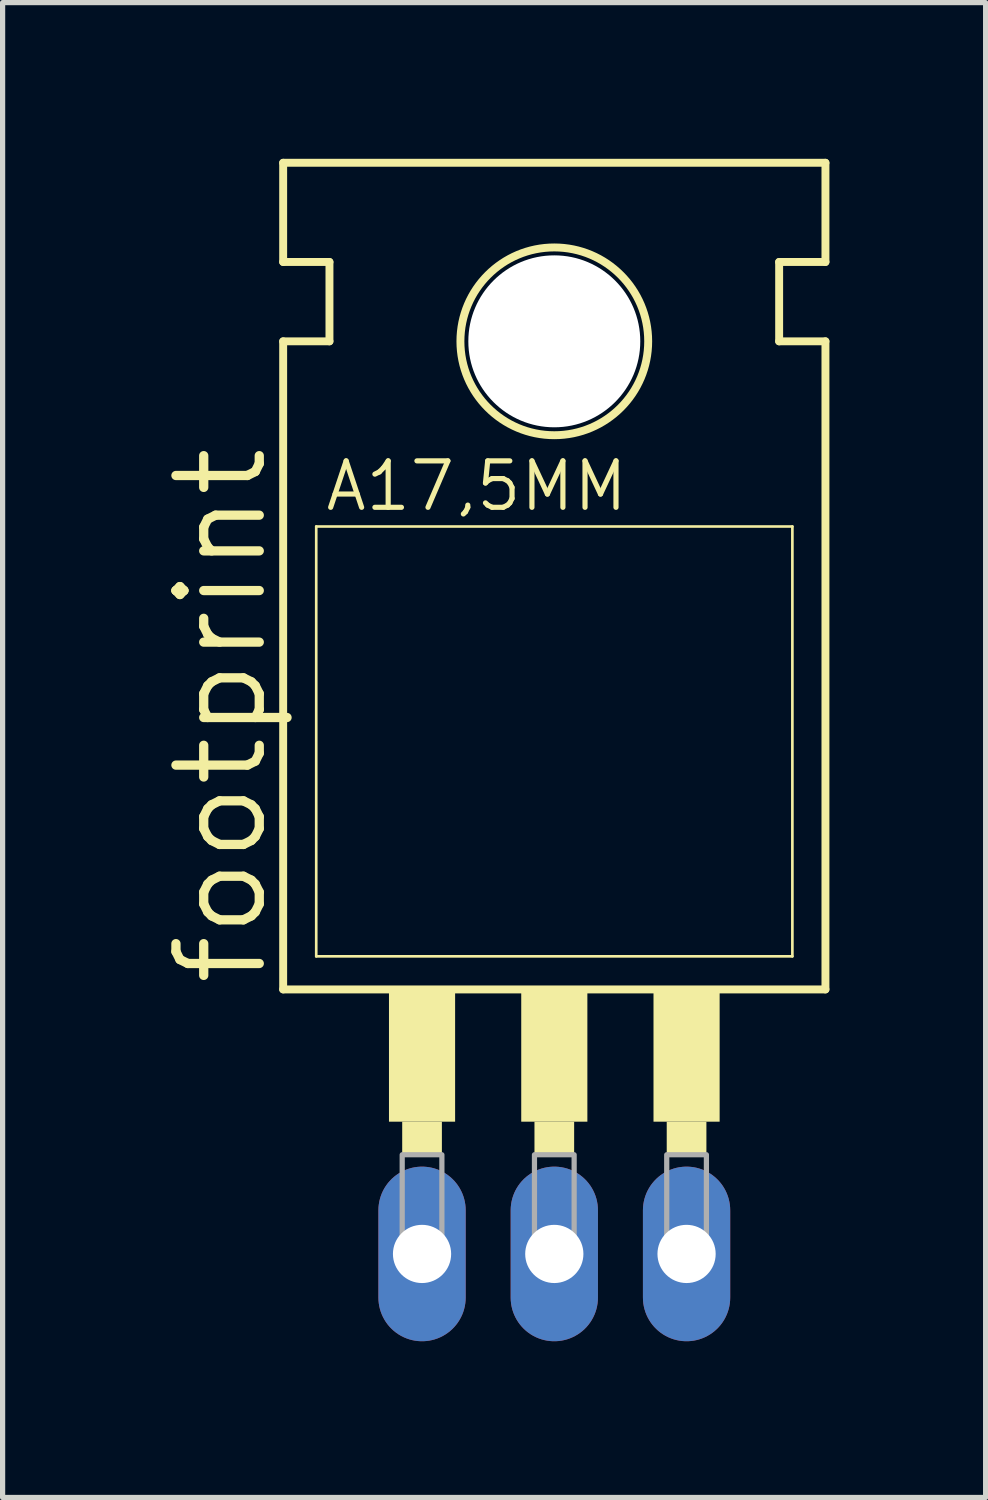
<source format=kicad_pcb>
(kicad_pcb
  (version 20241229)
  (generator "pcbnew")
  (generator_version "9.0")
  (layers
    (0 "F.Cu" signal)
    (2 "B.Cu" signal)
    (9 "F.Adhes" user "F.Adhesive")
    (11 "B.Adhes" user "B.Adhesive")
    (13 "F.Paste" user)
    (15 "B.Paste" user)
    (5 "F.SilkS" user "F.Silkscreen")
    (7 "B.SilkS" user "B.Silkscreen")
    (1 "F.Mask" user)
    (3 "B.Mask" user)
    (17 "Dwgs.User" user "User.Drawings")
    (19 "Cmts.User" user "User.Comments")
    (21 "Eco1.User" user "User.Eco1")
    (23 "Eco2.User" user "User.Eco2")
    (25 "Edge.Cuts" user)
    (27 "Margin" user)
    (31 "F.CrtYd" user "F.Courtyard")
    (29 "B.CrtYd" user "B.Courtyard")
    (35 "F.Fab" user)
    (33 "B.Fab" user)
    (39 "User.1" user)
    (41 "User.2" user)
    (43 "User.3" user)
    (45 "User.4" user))
  (footprint "footprint"
    (layer "F.Cu")
    (at 7.595 14.681)
    (property "Reference" "footprint" (at -5.461 1.27 90) (layer "F.SilkS") (effects (font (size 1.6 1.6) (thickness 0.178)) (justify left bottom)))
    (fp_line (start -5.207 -12.7) (end -5.207 -14.605) (stroke (width 0.152) (type solid)) (layer "F.SilkS"))
    (fp_line (start -5.207 -11.176) (end -4.318 -11.176) (stroke (width 0.152) (type solid)) (layer "F.SilkS"))
    (fp_line (start -5.207 1.27) (end -5.207 -11.176) (stroke (width 0.152) (type solid)) (layer "F.SilkS"))
    (fp_line (start -5.207 1.27) (end 5.207 1.27) (stroke (width 0.152) (type solid)) (layer "F.SilkS"))
    (fp_line (start -4.572 0.635) (end -4.572 -7.62) (stroke (width 0.051) (type solid)) (layer "F.SilkS"))
    (fp_line (start -4.572 0.635) (end 4.572 0.635) (stroke (width 0.051) (type solid)) (layer "F.SilkS"))
    (fp_line (start -4.318 -12.7) (end -5.207 -12.7) (stroke (width 0.152) (type solid)) (layer "F.SilkS"))
    (fp_line (start -4.318 -11.176) (end -4.318 -12.7) (stroke (width 0.152) (type solid)) (layer "F.SilkS"))
    (fp_line (start 4.318 -12.7) (end 5.207 -12.7) (stroke (width 0.152) (type solid)) (layer "F.SilkS"))
    (fp_line (start 4.318 -11.176) (end 4.318 -12.7) (stroke (width 0.152) (type solid)) (layer "F.SilkS"))
    (fp_line (start 4.572 -7.62) (end -4.572 -7.62) (stroke (width 0.051) (type solid)) (layer "F.SilkS"))
    (fp_line (start 4.572 -7.62) (end 4.572 0.635) (stroke (width 0.051) (type solid)) (layer "F.SilkS"))
    (fp_line (start 5.207 -14.605) (end -5.207 -14.605) (stroke (width 0.152) (type solid)) (layer "F.SilkS"))
    (fp_line (start 5.207 -12.7) (end 5.207 -14.605) (stroke (width 0.152) (type solid)) (layer "F.SilkS"))
    (fp_line (start 5.207 -11.176) (end 4.318 -11.176) (stroke (width 0.152) (type solid)) (layer "F.SilkS"))
    (fp_line (start 5.207 1.27) (end 5.207 -11.176) (stroke (width 0.152) (type solid)) (layer "F.SilkS"))
    (fp_circle (center 0 -11.176) (end 1.803 -11.176) (stroke (width 0.152) (type solid)) (fill no) (layer "F.SilkS"))
    (fp_poly (pts (xy -3.175 3.81) (xy -1.905 3.81) (xy -1.905 1.27) (xy -3.175 1.27)) (stroke (width 0) (type solid)) (fill yes) (layer "F.SilkS"))
    (fp_poly (pts (xy -2.921 4.445) (xy -2.159 4.445) (xy -2.159 3.81) (xy -2.921 3.81)) (stroke (width 0) (type solid)) (fill yes) (layer "F.SilkS"))
    (fp_poly (pts (xy -0.635 3.81) (xy 0.635 3.81) (xy 0.635 1.27) (xy -0.635 1.27)) (stroke (width 0) (type solid)) (fill yes) (layer "F.SilkS"))
    (fp_poly (pts (xy -0.381 4.445) (xy 0.381 4.445) (xy 0.381 3.81) (xy -0.381 3.81)) (stroke (width 0) (type solid)) (fill yes) (layer "F.SilkS"))
    (fp_poly (pts (xy 1.905 3.81) (xy 3.175 3.81) (xy 3.175 1.27) (xy 1.905 1.27)) (stroke (width 0) (type solid)) (fill yes) (layer "F.SilkS"))
    (fp_poly (pts (xy 2.159 4.445) (xy 2.921 4.445) (xy 2.921 3.81) (xy 2.159 3.81)) (stroke (width 0) (type solid)) (fill yes) (layer "F.SilkS"))
    (fp_poly (pts (xy -2.921 6.35) (xy -2.159 6.35) (xy -2.159 4.445) (xy -2.921 4.445)) (stroke (width 0.1) (type solid)) (fill no) (layer "F.Fab"))
    (fp_poly (pts (xy -0.381 6.35) (xy 0.381 6.35) (xy 0.381 4.445) (xy -0.381 4.445)) (stroke (width 0.1) (type solid)) (fill no) (layer "F.Fab"))
    (fp_poly (pts (xy 2.159 6.35) (xy 2.921 6.35) (xy 2.921 4.445) (xy 2.159 4.445)) (stroke (width 0.1) (type solid)) (fill no) (layer "F.Fab"))
    (fp_text user "A17,5MM" (at -4.445 -7.874 0) (layer "F.SilkS") (effects (font (size 0.892 0.892) (thickness 0.099)) (justify left bottom)))
    (pad "" np_thru_hole circle (at 0 -11.176) (size 3.302 3.302) (drill 3.302) (layers "*.Cu" "*.Mask"))
    (pad "A1" thru_hole oval (at -2.54 6.35 90) (size 3.353 1.676) (drill 1.118) (layers "*.Cu" "*.Mask"))
    (pad "A2" thru_hole oval (at 2.54 6.35 90) (size 3.353 1.676) (drill 1.118) (layers "*.Cu" "*.Mask"))
    (pad "C" thru_hole oval (at 0 6.35 90) (size 3.353 1.676) (drill 1.118) (layers "*.Cu" "*.Mask"))
    (zone (net_name "") (layers "F.Cu" "B.Cu") (hatch edge 0.508) (connect_pads) (min_thickness 0.254) (filled_areas_thickness no) (keepout (tracks allowed) (vias not_allowed) (pads allowed) (copperpour allowed) (footprints allowed)) (placement (enabled no)) (fill) (polygon (pts (xy 10.516 3.505) (xy 10.471 2.998) (xy 10.339 2.506) (xy 10.124 2.045) (xy 9.832 1.628) (xy 9.472 1.268) (xy 9.055 0.976) (xy 8.594 0.76) (xy 8.102 0.629) (xy 7.595 0.584) (xy 7.087 0.629) (xy 6.596 0.76) (xy 6.134 0.976) (xy 5.717 1.268) (xy 5.357 1.628) (xy 5.065 2.045) (xy 4.85 2.506) (xy 4.718 2.998) (xy 4.674 3.505) (xy 4.718 4.012) (xy 4.85 4.504) (xy 5.065 4.966) (xy 5.357 5.383) (xy 5.717 5.743) (xy 6.134 6.035) (xy 6.596 6.25) (xy 7.087 6.382) (xy 7.595 6.426) (xy 8.102 6.382) (xy 8.594 6.25) (xy 9.055 6.035) (xy 9.472 5.743) (xy 9.832 5.383) (xy 10.124 4.966) (xy 10.339 4.504) (xy 10.471 4.012))))
    (zone (net_name "") (layer "B.Cu") (hatch edge 0.508) (connect_pads) (min_thickness 0.254) (filled_areas_thickness no) (keepout (tracks not_allowed) (vias not_allowed) (pads not_allowed) (copperpour not_allowed) (footprints allowed)) (placement (enabled no)) (fill) (polygon (pts (xy 10.516 3.505) (xy 10.471 2.998) (xy 10.339 2.506) (xy 10.124 2.045) (xy 9.832 1.628) (xy 9.472 1.268) (xy 9.055 0.976) (xy 8.594 0.76) (xy 8.102 0.629) (xy 7.595 0.584) (xy 7.087 0.629) (xy 6.596 0.76) (xy 6.134 0.976) (xy 5.717 1.268) (xy 5.357 1.628) (xy 5.065 2.045) (xy 4.85 2.506) (xy 4.718 2.998) (xy 4.674 3.505) (xy 4.718 4.012) (xy 4.85 4.504) (xy 5.065 4.966) (xy 5.357 5.383) (xy 5.717 5.743) (xy 6.134 6.035) (xy 6.596 6.25) (xy 7.087 6.382) (xy 7.595 6.426) (xy 8.102 6.382) (xy 8.594 6.25) (xy 9.055 6.035) (xy 9.472 5.743) (xy 9.832 5.383) (xy 10.124 4.966) (xy 10.339 4.504) (xy 10.471 4.012)))))
  (gr_rect
    (start -3 -3)
    (end 15.878 25.708)
    (stroke (width 0.1) (type default))
    (fill no)
    (layer "Edge.Cuts")))
</source>
